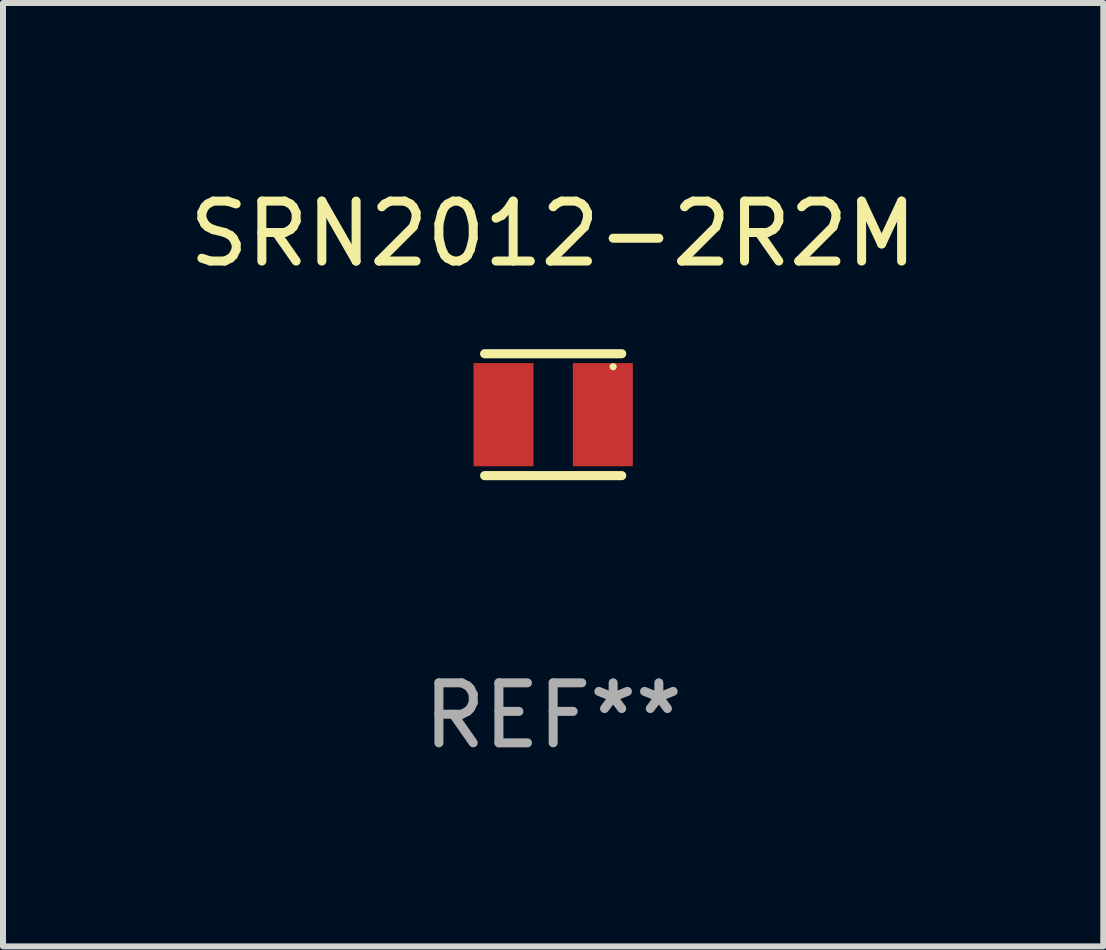
<source format=kicad_pcb>
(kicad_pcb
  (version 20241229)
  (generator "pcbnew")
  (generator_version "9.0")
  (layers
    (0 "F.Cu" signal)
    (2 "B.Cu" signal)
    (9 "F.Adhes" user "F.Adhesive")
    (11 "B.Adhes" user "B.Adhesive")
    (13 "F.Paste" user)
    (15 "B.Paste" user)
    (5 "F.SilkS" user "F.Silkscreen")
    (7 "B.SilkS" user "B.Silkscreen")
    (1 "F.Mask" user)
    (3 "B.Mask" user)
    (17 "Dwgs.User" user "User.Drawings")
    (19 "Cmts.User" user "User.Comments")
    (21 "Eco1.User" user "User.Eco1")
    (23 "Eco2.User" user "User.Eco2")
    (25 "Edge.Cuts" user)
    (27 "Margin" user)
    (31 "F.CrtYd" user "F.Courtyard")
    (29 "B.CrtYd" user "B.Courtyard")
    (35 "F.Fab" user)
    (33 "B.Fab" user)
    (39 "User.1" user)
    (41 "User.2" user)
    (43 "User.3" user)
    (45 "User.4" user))
  (footprint "SRN2012-2R2M"
    (layer "F.Cu")
    (at 6.173 3.864)
    (property "Reference" "SRN2012-2R2M" (at 0 -3.016 0) (layer "F.SilkS") (effects (font (size 1 1) (thickness 0.15))))
    (attr through_hole)
    (fp_line (start -1.143 -1.016) (end 1.143 -1.016) (stroke (width 0.152) (type solid)) (layer "F.SilkS"))
    (fp_line (start 1.143 1.016) (end -1.143 1.016) (stroke (width 0.152) (type solid)) (layer "F.SilkS"))
    (fp_circle (center 1 -0.8) (end 1.03 -0.8) (stroke (width 0.06) (type solid)) (fill no) (layer "F.SilkS"))
    (fp_text user "REF**" (at 0 5.016 0) (layer "F.Fab") (effects (font (size 1 1) (thickness 0.15))))
    (pad "1" smd rect (at 0.828 0) (size 1 1.72) (layers "F.Cu" "F.Mask" "F.Paste"))
    (pad "2" smd rect (at -0.828 0) (size 1 1.72) (layers "F.Cu" "F.Mask" "F.Paste")))
  (gr_rect
    (start -3 -3)
    (end 15.345 12.729)
    (stroke (width 0.1) (type default))
    (fill no)
    (layer "Edge.Cuts")))
</source>
